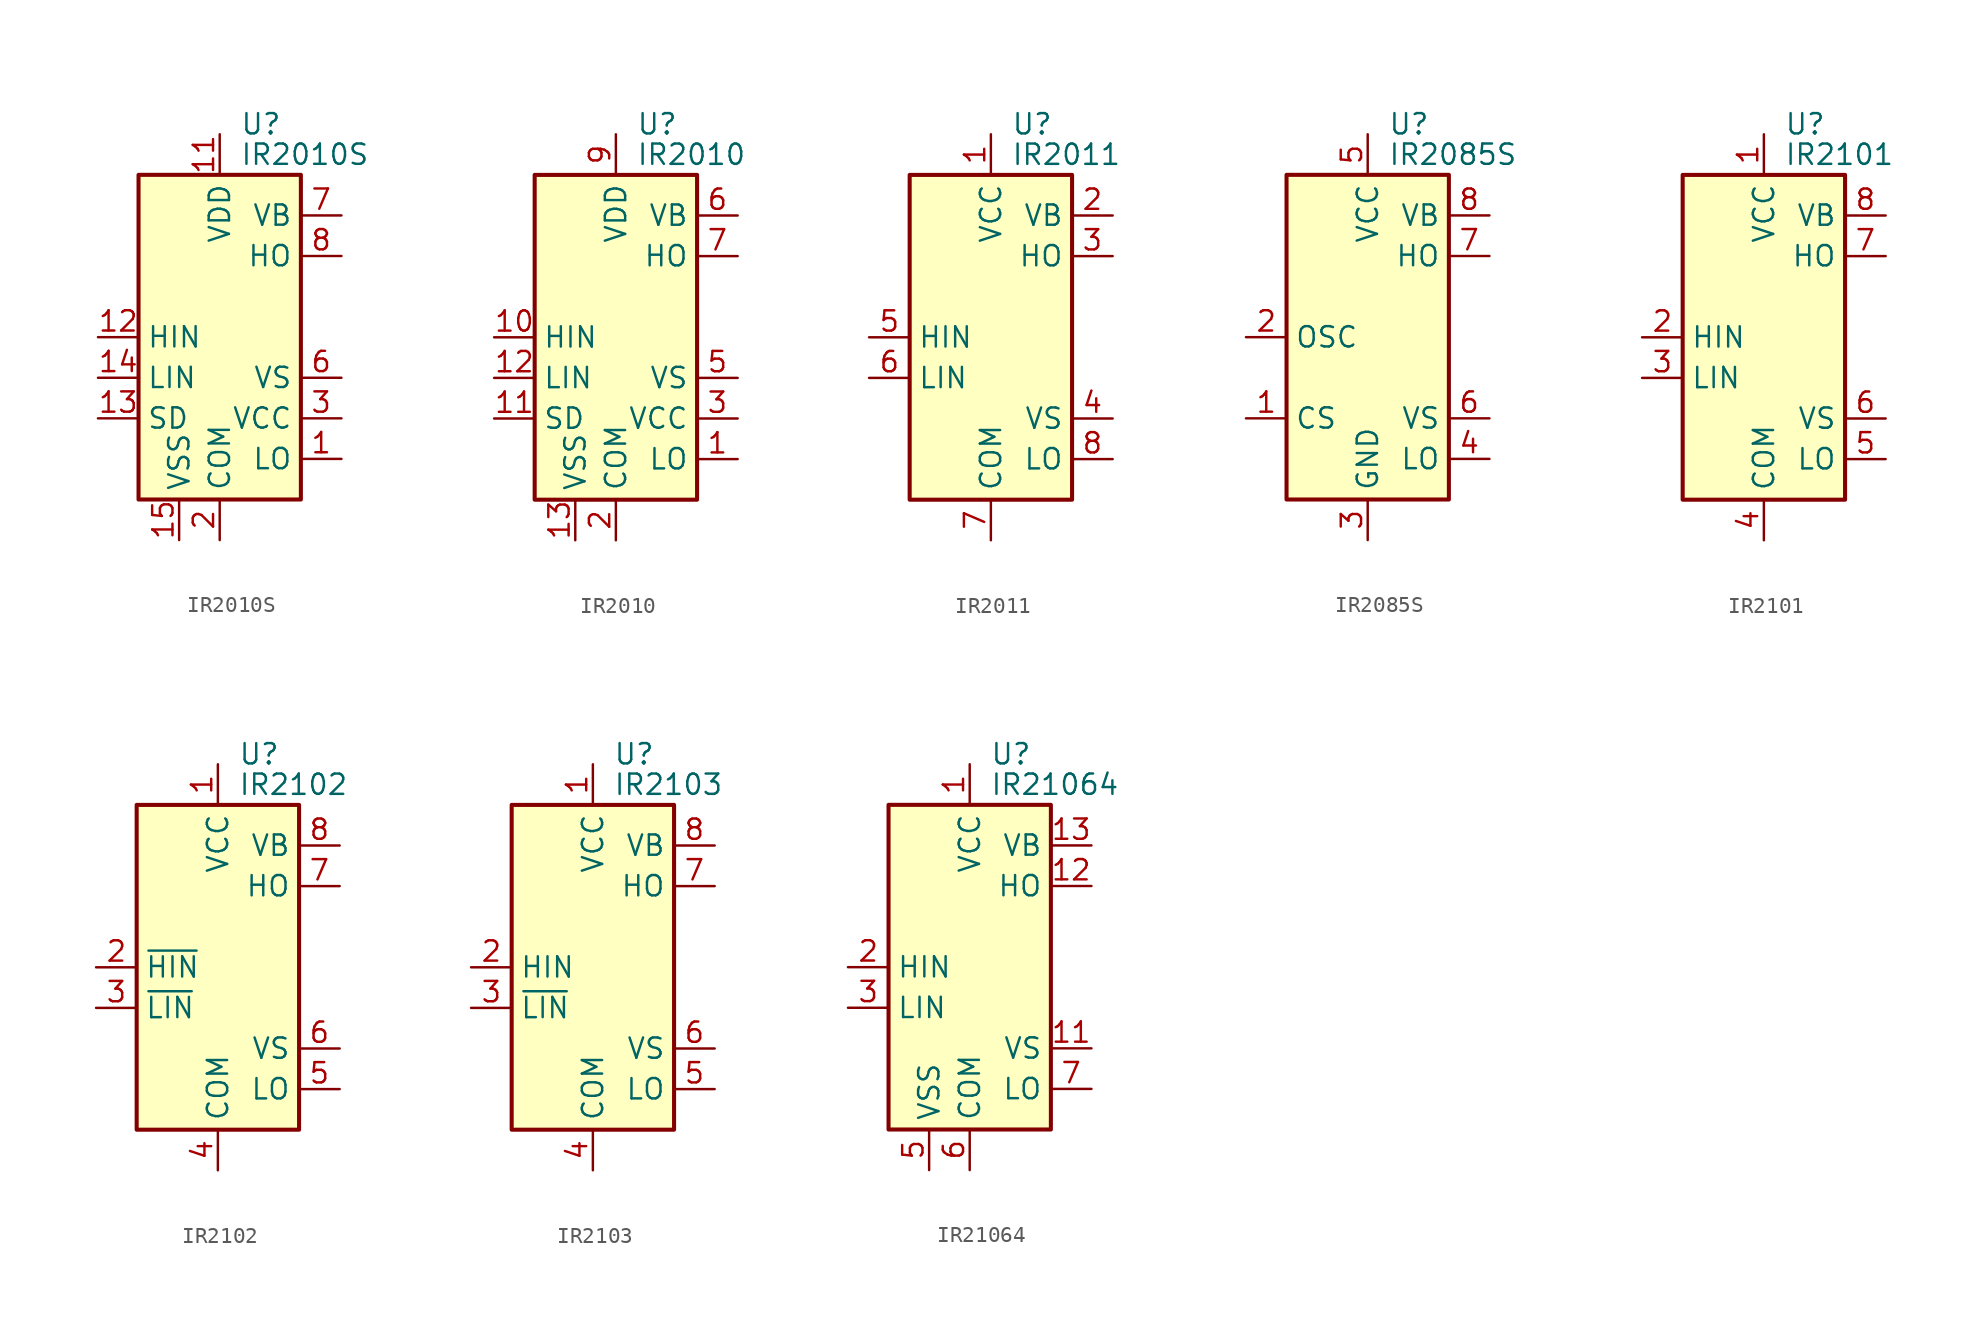
<source format=kicad_sym>
(kicad_symbol_lib
  (version 20241209)
  (generator "kicad_symbol_editor")
  (generator_version "9.0")
  (symbol "IR2010S"
    (property "Reference" "U"
      (at 1.27 13.335 0)
      (effects (font (size 1.27 1.27)) (justify left)))
    (property "Value" "IR2010S"
      (at 1.27 11.43 0)
      (effects (font (size 1.27 1.27)) (justify left)))
    (symbol "IR2010S_0_1"
      (rectangle (start -5.08 -10.16) (end 5.08 10.16) (stroke (width 0.254) (type default)) (fill (type background))))
    (symbol "IR2010S_1_1"
      (pin input line (at -7.62 0 0) (length 2.54) (name "HIN" (effects (font (size 1.27 1.27)))) (number "12" (effects (font (size 1.27 1.27)))))
      (pin input line (at -7.62 -2.54 0) (length 2.54) (name "LIN" (effects (font (size 1.27 1.27)))) (number "14" (effects (font (size 1.27 1.27)))))
      (pin input line (at -7.62 -5.08 0) (length 2.54) (name "SD" (effects (font (size 1.27 1.27)))) (number "13" (effects (font (size 1.27 1.27)))))
      (pin no_connect line (at -5.08 7.62 0) (length 2.54) (hide yes) (name "NC" (effects (font (size 1.27 1.27)))) (number "4" (effects (font (size 1.27 1.27)))))
      (pin no_connect line (at -5.08 5.08 0) (length 2.54) (hide yes) (name "NC" (effects (font (size 1.27 1.27)))) (number "5" (effects (font (size 1.27 1.27)))))
      (pin no_connect line (at -5.08 2.54 0) (length 2.54) (hide yes) (name "NC" (effects (font (size 1.27 1.27)))) (number "9" (effects (font (size 1.27 1.27)))))
      (pin power_in line (at -2.54 -12.7 90) (length 2.54) (name "VSS" (effects (font (size 1.27 1.27)))) (number "15" (effects (font (size 1.27 1.27)))))
      (pin power_in line (at 0 12.7 270) (length 2.54) (name "VDD" (effects (font (size 1.27 1.27)))) (number "11" (effects (font (size 1.27 1.27)))))
      (pin power_in line (at 0 -12.7 90) (length 2.54) (name "COM" (effects (font (size 1.27 1.27)))) (number "2" (effects (font (size 1.27 1.27)))))
      (pin no_connect line (at 5.08 2.54 180) (length 2.54) (hide yes) (name "NC" (effects (font (size 1.27 1.27)))) (number "10" (effects (font (size 1.27 1.27)))))
      (pin no_connect line (at 5.08 0 180) (length 2.54) (hide yes) (name "NC" (effects (font (size 1.27 1.27)))) (number "16" (effects (font (size 1.27 1.27)))))
      (pin passive line (at 7.62 7.62 180) (length 2.54) (name "VB" (effects (font (size 1.27 1.27)))) (number "7" (effects (font (size 1.27 1.27)))))
      (pin output line (at 7.62 5.08 180) (length 2.54) (name "HO" (effects (font (size 1.27 1.27)))) (number "8" (effects (font (size 1.27 1.27)))))
      (pin passive line (at 7.62 -2.54 180) (length 2.54) (name "VS" (effects (font (size 1.27 1.27)))) (number "6" (effects (font (size 1.27 1.27)))))
      (pin power_in line (at 7.62 -5.08 180) (length 2.54) (name "VCC" (effects (font (size 1.27 1.27)))) (number "3" (effects (font (size 1.27 1.27)))))
      (pin output line (at 7.62 -7.62 180) (length 2.54) (name "LO" (effects (font (size 1.27 1.27)))) (number "1" (effects (font (size 1.27 1.27)))))))
  (symbol "IR2010"
    (property "Reference" "U"
      (at 1.27 13.335 0)
      (effects (font (size 1.27 1.27)) (justify left)))
    (property "Value" "IR2010"
      (at 1.27 11.43 0)
      (effects (font (size 1.27 1.27)) (justify left)))
    (symbol "IR2010_0_1"
      (rectangle (start -5.08 -10.16) (end 5.08 10.16) (stroke (width 0.254) (type default)) (fill (type background))))
    (symbol "IR2010_1_1"
      (pin input line (at -7.62 0 0) (length 2.54) (name "HIN" (effects (font (size 1.27 1.27)))) (number "10" (effects (font (size 1.27 1.27)))))
      (pin input line (at -7.62 -2.54 0) (length 2.54) (name "LIN" (effects (font (size 1.27 1.27)))) (number "12" (effects (font (size 1.27 1.27)))))
      (pin input line (at -7.62 -5.08 0) (length 2.54) (name "SD" (effects (font (size 1.27 1.27)))) (number "11" (effects (font (size 1.27 1.27)))))
      (pin no_connect line (at -5.08 7.62 0) (length 2.54) (hide yes) (name "NC" (effects (font (size 1.27 1.27)))) (number "4" (effects (font (size 1.27 1.27)))))
      (pin no_connect line (at -5.08 5.08 0) (length 2.54) (hide yes) (name "NC" (effects (font (size 1.27 1.27)))) (number "8" (effects (font (size 1.27 1.27)))))
      (pin no_connect line (at -5.08 2.54 0) (length 2.54) (hide yes) (name "NC" (effects (font (size 1.27 1.27)))) (number "14" (effects (font (size 1.27 1.27)))))
      (pin power_in line (at -2.54 -12.7 90) (length 2.54) (name "VSS" (effects (font (size 1.27 1.27)))) (number "13" (effects (font (size 1.27 1.27)))))
      (pin power_in line (at 0 12.7 270) (length 2.54) (name "VDD" (effects (font (size 1.27 1.27)))) (number "9" (effects (font (size 1.27 1.27)))))
      (pin power_in line (at 0 -12.7 90) (length 2.54) (name "COM" (effects (font (size 1.27 1.27)))) (number "2" (effects (font (size 1.27 1.27)))))
      (pin passive line (at 7.62 7.62 180) (length 2.54) (name "VB" (effects (font (size 1.27 1.27)))) (number "6" (effects (font (size 1.27 1.27)))))
      (pin output line (at 7.62 5.08 180) (length 2.54) (name "HO" (effects (font (size 1.27 1.27)))) (number "7" (effects (font (size 1.27 1.27)))))
      (pin passive line (at 7.62 -2.54 180) (length 2.54) (name "VS" (effects (font (size 1.27 1.27)))) (number "5" (effects (font (size 1.27 1.27)))))
      (pin power_in line (at 7.62 -5.08 180) (length 2.54) (name "VCC" (effects (font (size 1.27 1.27)))) (number "3" (effects (font (size 1.27 1.27)))))
      (pin output line (at 7.62 -7.62 180) (length 2.54) (name "LO" (effects (font (size 1.27 1.27)))) (number "1" (effects (font (size 1.27 1.27)))))))
  (symbol "IR2011"
    (property "Reference" "U"
      (at 1.27 13.335 0)
      (effects (font (size 1.27 1.27)) (justify left)))
    (property "Value" "IR2011"
      (at 1.27 11.43 0)
      (effects (font (size 1.27 1.27)) (justify left)))
    (symbol "IR2011_0_1"
      (rectangle (start -5.08 -10.16) (end 5.08 10.16) (stroke (width 0.254) (type default)) (fill (type background))))
    (symbol "IR2011_1_1"
      (pin input line (at -7.62 0 0) (length 2.54) (name "HIN" (effects (font (size 1.27 1.27)))) (number "5" (effects (font (size 1.27 1.27)))))
      (pin input line (at -7.62 -2.54 0) (length 2.54) (name "LIN" (effects (font (size 1.27 1.27)))) (number "6" (effects (font (size 1.27 1.27)))))
      (pin power_in line (at 0 12.7 270) (length 2.54) (name "VCC" (effects (font (size 1.27 1.27)))) (number "1" (effects (font (size 1.27 1.27)))))
      (pin power_in line (at 0 -12.7 90) (length 2.54) (name "COM" (effects (font (size 1.27 1.27)))) (number "7" (effects (font (size 1.27 1.27)))))
      (pin passive line (at 7.62 7.62 180) (length 2.54) (name "VB" (effects (font (size 1.27 1.27)))) (number "2" (effects (font (size 1.27 1.27)))))
      (pin output line (at 7.62 5.08 180) (length 2.54) (name "HO" (effects (font (size 1.27 1.27)))) (number "3" (effects (font (size 1.27 1.27)))))
      (pin passive line (at 7.62 -5.08 180) (length 2.54) (name "VS" (effects (font (size 1.27 1.27)))) (number "4" (effects (font (size 1.27 1.27)))))
      (pin output line (at 7.62 -7.62 180) (length 2.54) (name "LO" (effects (font (size 1.27 1.27)))) (number "8" (effects (font (size 1.27 1.27)))))))
  (symbol "IR2085S"
    (property "Reference" "U"
      (at 1.27 13.335 0)
      (effects (font (size 1.27 1.27)) (justify left)))
    (property "Value" "IR2085S"
      (at 1.27 11.43 0)
      (effects (font (size 1.27 1.27)) (justify left)))
    (symbol "IR2085S_0_1"
      (rectangle (start -5.08 -10.16) (end 5.08 10.16) (stroke (width 0.254) (type default)) (fill (type background))))
    (symbol "IR2085S_1_1"
      (pin passive line (at -7.62 0 0) (length 2.54) (name "OSC" (effects (font (size 1.27 1.27)))) (number "2" (effects (font (size 1.27 1.27)))))
      (pin input line (at -7.62 -5.08 0) (length 2.54) (name "CS" (effects (font (size 1.27 1.27)))) (number "1" (effects (font (size 1.27 1.27)))))
      (pin power_in line (at 0 12.7 270) (length 2.54) (name "VCC" (effects (font (size 1.27 1.27)))) (number "5" (effects (font (size 1.27 1.27)))))
      (pin power_in line (at 0 -12.7 90) (length 2.54) (name "GND" (effects (font (size 1.27 1.27)))) (number "3" (effects (font (size 1.27 1.27)))))
      (pin passive line (at 7.62 7.62 180) (length 2.54) (name "VB" (effects (font (size 1.27 1.27)))) (number "8" (effects (font (size 1.27 1.27)))))
      (pin output line (at 7.62 5.08 180) (length 2.54) (name "HO" (effects (font (size 1.27 1.27)))) (number "7" (effects (font (size 1.27 1.27)))))
      (pin passive line (at 7.62 -5.08 180) (length 2.54) (name "VS" (effects (font (size 1.27 1.27)))) (number "6" (effects (font (size 1.27 1.27)))))
      (pin output line (at 7.62 -7.62 180) (length 2.54) (name "LO" (effects (font (size 1.27 1.27)))) (number "4" (effects (font (size 1.27 1.27)))))))
  (symbol "IR2101"
    (property "Reference" "U"
      (at 1.27 13.335 0)
      (effects (font (size 1.27 1.27)) (justify left)))
    (property "Value" "IR2101"
      (at 1.27 11.43 0)
      (effects (font (size 1.27 1.27)) (justify left)))
    (symbol "IR2101_0_1"
      (rectangle (start -5.08 -10.16) (end 5.08 10.16) (stroke (width 0.254) (type default)) (fill (type background))))
    (symbol "IR2101_1_1"
      (pin input line (at -7.62 0 0) (length 2.54) (name "HIN" (effects (font (size 1.27 1.27)))) (number "2" (effects (font (size 1.27 1.27)))))
      (pin input line (at -7.62 -2.54 0) (length 2.54) (name "LIN" (effects (font (size 1.27 1.27)))) (number "3" (effects (font (size 1.27 1.27)))))
      (pin power_in line (at 0 12.7 270) (length 2.54) (name "VCC" (effects (font (size 1.27 1.27)))) (number "1" (effects (font (size 1.27 1.27)))))
      (pin power_in line (at 0 -12.7 90) (length 2.54) (name "COM" (effects (font (size 1.27 1.27)))) (number "4" (effects (font (size 1.27 1.27)))))
      (pin passive line (at 7.62 7.62 180) (length 2.54) (name "VB" (effects (font (size 1.27 1.27)))) (number "8" (effects (font (size 1.27 1.27)))))
      (pin output line (at 7.62 5.08 180) (length 2.54) (name "HO" (effects (font (size 1.27 1.27)))) (number "7" (effects (font (size 1.27 1.27)))))
      (pin passive line (at 7.62 -5.08 180) (length 2.54) (name "VS" (effects (font (size 1.27 1.27)))) (number "6" (effects (font (size 1.27 1.27)))))
      (pin output line (at 7.62 -7.62 180) (length 2.54) (name "LO" (effects (font (size 1.27 1.27)))) (number "5" (effects (font (size 1.27 1.27)))))))
  (symbol "IR2102"
    (property "Reference" "U"
      (at 1.27 13.335 0)
      (effects (font (size 1.27 1.27)) (justify left)))
    (property "Value" "IR2102"
      (at 1.27 11.43 0)
      (effects (font (size 1.27 1.27)) (justify left)))
    (symbol "IR2102_0_1"
      (rectangle (start -5.08 -10.16) (end 5.08 10.16) (stroke (width 0.254) (type default)) (fill (type background))))
    (symbol "IR2102_1_1"
      (pin input line (at -7.62 0 0) (length 2.54) (name "~{HIN}" (effects (font (size 1.27 1.27)))) (number "2" (effects (font (size 1.27 1.27)))))
      (pin input line (at -7.62 -2.54 0) (length 2.54) (name "~{LIN}" (effects (font (size 1.27 1.27)))) (number "3" (effects (font (size 1.27 1.27)))))
      (pin power_in line (at 0 12.7 270) (length 2.54) (name "VCC" (effects (font (size 1.27 1.27)))) (number "1" (effects (font (size 1.27 1.27)))))
      (pin power_in line (at 0 -12.7 90) (length 2.54) (name "COM" (effects (font (size 1.27 1.27)))) (number "4" (effects (font (size 1.27 1.27)))))
      (pin passive line (at 7.62 7.62 180) (length 2.54) (name "VB" (effects (font (size 1.27 1.27)))) (number "8" (effects (font (size 1.27 1.27)))))
      (pin output line (at 7.62 5.08 180) (length 2.54) (name "HO" (effects (font (size 1.27 1.27)))) (number "7" (effects (font (size 1.27 1.27)))))
      (pin passive line (at 7.62 -5.08 180) (length 2.54) (name "VS" (effects (font (size 1.27 1.27)))) (number "6" (effects (font (size 1.27 1.27)))))
      (pin output line (at 7.62 -7.62 180) (length 2.54) (name "LO" (effects (font (size 1.27 1.27)))) (number "5" (effects (font (size 1.27 1.27)))))))
  (symbol "IR2103"
    (property "Reference" "U"
      (at 1.27 13.335 0)
      (effects (font (size 1.27 1.27)) (justify left)))
    (property "Value" "IR2103"
      (at 1.27 11.43 0)
      (effects (font (size 1.27 1.27)) (justify left)))
    (symbol "IR2103_0_1"
      (rectangle (start -5.08 -10.16) (end 5.08 10.16) (stroke (width 0.254) (type default)) (fill (type background))))
    (symbol "IR2103_1_1"
      (pin input line (at -7.62 0 0) (length 2.54) (name "HIN" (effects (font (size 1.27 1.27)))) (number "2" (effects (font (size 1.27 1.27)))))
      (pin input line (at -7.62 -2.54 0) (length 2.54) (name "~{LIN}" (effects (font (size 1.27 1.27)))) (number "3" (effects (font (size 1.27 1.27)))))
      (pin power_in line (at 0 12.7 270) (length 2.54) (name "VCC" (effects (font (size 1.27 1.27)))) (number "1" (effects (font (size 1.27 1.27)))))
      (pin power_in line (at 0 -12.7 90) (length 2.54) (name "COM" (effects (font (size 1.27 1.27)))) (number "4" (effects (font (size 1.27 1.27)))))
      (pin passive line (at 7.62 7.62 180) (length 2.54) (name "VB" (effects (font (size 1.27 1.27)))) (number "8" (effects (font (size 1.27 1.27)))))
      (pin output line (at 7.62 5.08 180) (length 2.54) (name "HO" (effects (font (size 1.27 1.27)))) (number "7" (effects (font (size 1.27 1.27)))))
      (pin passive line (at 7.62 -5.08 180) (length 2.54) (name "VS" (effects (font (size 1.27 1.27)))) (number "6" (effects (font (size 1.27 1.27)))))
      (pin output line (at 7.62 -7.62 180) (length 2.54) (name "LO" (effects (font (size 1.27 1.27)))) (number "5" (effects (font (size 1.27 1.27)))))))
  (symbol "IR21064"
    (property "Reference" "U"
      (at 1.27 13.335 0)
      (effects (font (size 1.27 1.27)) (justify left)))
    (property "Value" "IR21064"
      (at 1.27 11.43 0)
      (effects (font (size 1.27 1.27)) (justify left)))
    (symbol "IR21064_0_1"
      (rectangle (start -5.08 -10.16) (end 5.08 10.16) (stroke (width 0.254) (type default)) (fill (type background))))
    (symbol "IR21064_1_1"
      (pin input line (at -7.62 0 0) (length 2.54) (name "HIN" (effects (font (size 1.27 1.27)))) (number "2" (effects (font (size 1.27 1.27)))))
      (pin input line (at -7.62 -2.54 0) (length 2.54) (name "LIN" (effects (font (size 1.27 1.27)))) (number "3" (effects (font (size 1.27 1.27)))))
      (pin no_connect line (at -5.08 7.62 0) (length 2.54) (hide yes) (name "NC" (effects (font (size 1.27 1.27)))) (number "4" (effects (font (size 1.27 1.27)))))
      (pin no_connect line (at -5.08 5.08 0) (length 2.54) (hide yes) (name "NC" (effects (font (size 1.27 1.27)))) (number "8" (effects (font (size 1.27 1.27)))))
      (pin no_connect line (at -5.08 2.54 0) (length 2.54) (hide yes) (name "NC" (effects (font (size 1.27 1.27)))) (number "9" (effects (font (size 1.27 1.27)))))
      (pin power_in line (at -2.54 -12.7 90) (length 2.54) (name "VSS" (effects (font (size 1.27 1.27)))) (number "5" (effects (font (size 1.27 1.27)))))
      (pin power_in line (at 0 12.7 270) (length 2.54) (name "VCC" (effects (font (size 1.27 1.27)))) (number "1" (effects (font (size 1.27 1.27)))))
      (pin power_in line (at 0 -12.7 90) (length 2.54) (name "COM" (effects (font (size 1.27 1.27)))) (number "6" (effects (font (size 1.27 1.27)))))
      (pin no_connect line (at 5.08 2.54 180) (length 2.54) (hide yes) (name "NC" (effects (font (size 1.27 1.27)))) (number "10" (effects (font (size 1.27 1.27)))))
      (pin no_connect line (at 5.08 0 180) (length 2.54) (hide yes) (name "NC" (effects (font (size 1.27 1.27)))) (number "14" (effects (font (size 1.27 1.27)))))
      (pin passive line (at 7.62 7.62 180) (length 2.54) (name "VB" (effects (font (size 1.27 1.27)))) (number "13" (effects (font (size 1.27 1.27)))))
      (pin output line (at 7.62 5.08 180) (length 2.54) (name "HO" (effects (font (size 1.27 1.27)))) (number "12" (effects (font (size 1.27 1.27)))))
      (pin passive line (at 7.62 -5.08 180) (length 2.54) (name "VS" (effects (font (size 1.27 1.27)))) (number "11" (effects (font (size 1.27 1.27)))))
      (pin output line (at 7.62 -7.62 180) (length 2.54) (name "LO" (effects (font (size 1.27 1.27)))) (number "7" (effects (font (size 1.27 1.27))))))))
</source>
